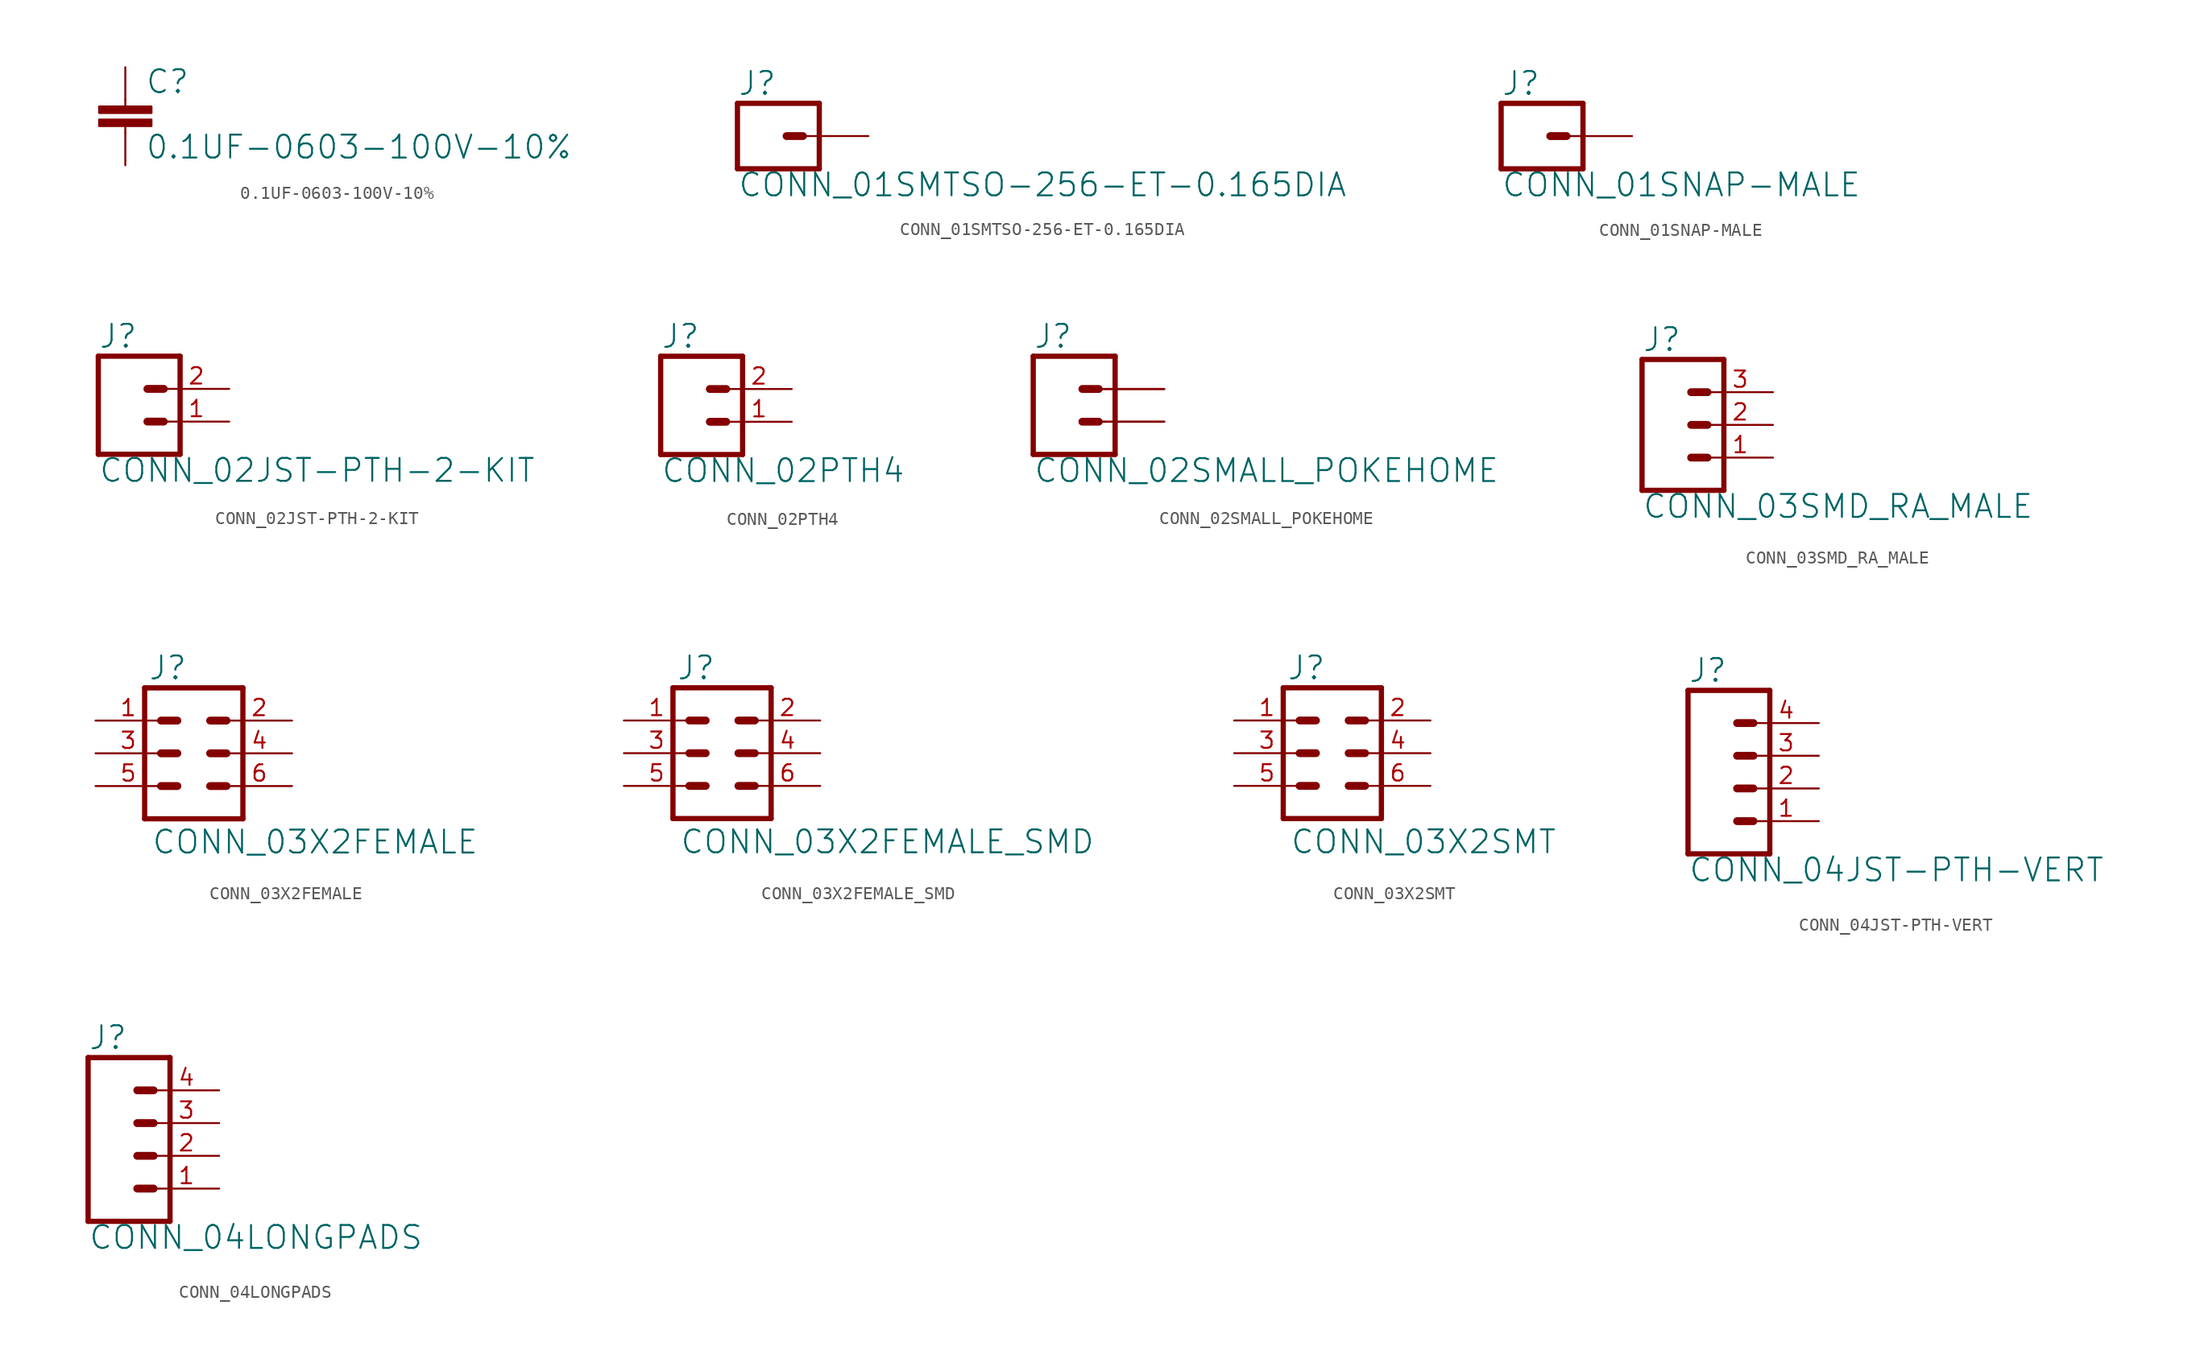
<source format=kicad_sym>
(kicad_symbol_lib
  (version 20220331)
  (generator kicad_symbol_editor)
  (symbol "0.1UF-0603-100V-10%"
    (property "Reference" "C"
      (at 1.524 2.921 0)
      (effects (font (size 1.778 1.778)) (justify left bottom)))
    (property "Value" "0.1UF-0603-100V-10%"
      (at 1.524 -2.159 0)
      (effects (font (size 1.778 1.778)) (justify left bottom)))
    (property "ki_locked" ""
      (at 0 0 0)
      (effects (font (size 1.27 1.27))))
    (symbol "0.1UF-0603-100V-10%_1_0"
      (rectangle (start -2.032 0.508) (end 2.032 1.016) (stroke (width 0) (type default)) (fill (type outline)))
      (rectangle (start -2.032 1.524) (end 2.032 2.032) (stroke (width 0) (type default)) (fill (type outline)))
      (polyline (pts (xy 0 0) (xy 0 0.508)) (stroke (width 0.152) (type solid)) (fill (type none)))
      (polyline (pts (xy 0 2.54) (xy 0 2.032)) (stroke (width 0.152) (type solid)) (fill (type none)))
      (pin passive line (at 0 5.08 270) (length 2.54) (name "1" (effects (font (size 0 0)))) (number "1" (effects (font (size 0 0)))))
      (pin passive line (at 0 -2.54 90) (length 2.54) (name "2" (effects (font (size 0 0)))) (number "2" (effects (font (size 0 0)))))))
  (symbol "CONN_01SMTSO-256-ET-0.165DIA"
    (property "Reference" "J"
      (at -2.54 3.048 0)
      (effects (font (size 1.778 1.778)) (justify left bottom)))
    (property "Value" "CONN_01SMTSO-256-ET-0.165DIA"
      (at -2.54 -4.826 0)
      (effects (font (size 1.778 1.778)) (justify left bottom)))
    (property "ki_locked" ""
      (at 0 0 0)
      (effects (font (size 1.27 1.27))))
    (symbol "CONN_01SMTSO-256-ET-0.165DIA_1_0"
      (polyline (pts (xy -2.54 2.54) (xy -2.54 -2.54)) (stroke (width 0.406) (type solid)) (fill (type none)))
      (polyline (pts (xy -2.54 2.54) (xy 3.81 2.54)) (stroke (width 0.406) (type solid)) (fill (type none)))
      (polyline (pts (xy 1.27 0) (xy 2.54 0)) (stroke (width 0.61) (type solid)) (fill (type none)))
      (polyline (pts (xy 3.81 -2.54) (xy -2.54 -2.54)) (stroke (width 0.406) (type solid)) (fill (type none)))
      (polyline (pts (xy 3.81 -2.54) (xy 3.81 2.54)) (stroke (width 0.406) (type solid)) (fill (type none)))
      (pin passive line (at 7.62 0 180) (length 5.08) (name "1" (effects (font (size 0 0)))) (number "P$1" (effects (font (size 0 0)))))))
  (symbol "CONN_01SNAP-MALE"
    (property "Reference" "J"
      (at -2.54 3.048 0)
      (effects (font (size 1.778 1.778)) (justify left bottom)))
    (property "Value" "CONN_01SNAP-MALE"
      (at -2.54 -4.826 0)
      (effects (font (size 1.778 1.778)) (justify left bottom)))
    (property "ki_locked" ""
      (at 0 0 0)
      (effects (font (size 1.27 1.27))))
    (symbol "CONN_01SNAP-MALE_1_0"
      (polyline (pts (xy -2.54 2.54) (xy -2.54 -2.54)) (stroke (width 0.406) (type solid)) (fill (type none)))
      (polyline (pts (xy -2.54 2.54) (xy 3.81 2.54)) (stroke (width 0.406) (type solid)) (fill (type none)))
      (polyline (pts (xy 1.27 0) (xy 2.54 0)) (stroke (width 0.61) (type solid)) (fill (type none)))
      (polyline (pts (xy 3.81 -2.54) (xy -2.54 -2.54)) (stroke (width 0.406) (type solid)) (fill (type none)))
      (polyline (pts (xy 3.81 -2.54) (xy 3.81 2.54)) (stroke (width 0.406) (type solid)) (fill (type none)))
      (pin passive line (at 7.62 0 180) (length 5.08) (name "1" (effects (font (size 0 0)))) (number "2" (effects (font (size 0 0)))))))
  (symbol "CONN_02JST-PTH-2-KIT"
    (property "Reference" "J"
      (at -2.54 5.588 0)
      (effects (font (size 1.778 1.778)) (justify left bottom)))
    (property "Value" "CONN_02JST-PTH-2-KIT"
      (at -2.54 -4.826 0)
      (effects (font (size 1.778 1.778)) (justify left bottom)))
    (property "ki_locked" ""
      (at 0 0 0)
      (effects (font (size 1.27 1.27))))
    (symbol "CONN_02JST-PTH-2-KIT_1_0"
      (polyline (pts (xy -2.54 5.08) (xy -2.54 -2.54)) (stroke (width 0.406) (type solid)) (fill (type none)))
      (polyline (pts (xy -2.54 5.08) (xy 3.81 5.08)) (stroke (width 0.406) (type solid)) (fill (type none)))
      (polyline (pts (xy 1.27 0) (xy 2.54 0)) (stroke (width 0.61) (type solid)) (fill (type none)))
      (polyline (pts (xy 1.27 2.54) (xy 2.54 2.54)) (stroke (width 0.61) (type solid)) (fill (type none)))
      (polyline (pts (xy 3.81 -2.54) (xy -2.54 -2.54)) (stroke (width 0.406) (type solid)) (fill (type none)))
      (polyline (pts (xy 3.81 -2.54) (xy 3.81 5.08)) (stroke (width 0.406) (type solid)) (fill (type none)))
      (pin passive line (at 7.62 0 180) (length 5.08) (name "1" (effects (font (size 0 0)))) (number "1" (effects (font (size 1.27 1.27)))))
      (pin passive line (at 7.62 2.54 180) (length 5.08) (name "2" (effects (font (size 0 0)))) (number "2" (effects (font (size 1.27 1.27)))))))
  (symbol "CONN_02PTH4"
    (property "Reference" "J"
      (at -2.54 5.588 0)
      (effects (font (size 1.778 1.778)) (justify left bottom)))
    (property "Value" "CONN_02PTH4"
      (at -2.54 -4.826 0)
      (effects (font (size 1.778 1.778)) (justify left bottom)))
    (property "ki_locked" ""
      (at 0 0 0)
      (effects (font (size 1.27 1.27))))
    (symbol "CONN_02PTH4_1_0"
      (polyline (pts (xy -2.54 5.08) (xy -2.54 -2.54)) (stroke (width 0.406) (type solid)) (fill (type none)))
      (polyline (pts (xy -2.54 5.08) (xy 3.81 5.08)) (stroke (width 0.406) (type solid)) (fill (type none)))
      (polyline (pts (xy 1.27 0) (xy 2.54 0)) (stroke (width 0.61) (type solid)) (fill (type none)))
      (polyline (pts (xy 1.27 2.54) (xy 2.54 2.54)) (stroke (width 0.61) (type solid)) (fill (type none)))
      (polyline (pts (xy 3.81 -2.54) (xy -2.54 -2.54)) (stroke (width 0.406) (type solid)) (fill (type none)))
      (polyline (pts (xy 3.81 -2.54) (xy 3.81 5.08)) (stroke (width 0.406) (type solid)) (fill (type none)))
      (pin passive line (at 7.62 0 180) (length 5.08) (name "1" (effects (font (size 0 0)))) (number "1" (effects (font (size 1.27 1.27)))))
      (pin passive line (at 7.62 2.54 180) (length 5.08) (name "2" (effects (font (size 0 0)))) (number "2" (effects (font (size 1.27 1.27)))))))
  (symbol "CONN_02SMALL_POKEHOME"
    (property "Reference" "J"
      (at -2.54 5.588 0)
      (effects (font (size 1.778 1.778)) (justify left bottom)))
    (property "Value" "CONN_02SMALL_POKEHOME"
      (at -2.54 -4.826 0)
      (effects (font (size 1.778 1.778)) (justify left bottom)))
    (property "ki_locked" ""
      (at 0 0 0)
      (effects (font (size 1.27 1.27))))
    (symbol "CONN_02SMALL_POKEHOME_1_0"
      (polyline (pts (xy -2.54 5.08) (xy -2.54 -2.54)) (stroke (width 0.406) (type solid)) (fill (type none)))
      (polyline (pts (xy -2.54 5.08) (xy 3.81 5.08)) (stroke (width 0.406) (type solid)) (fill (type none)))
      (polyline (pts (xy 1.27 0) (xy 2.54 0)) (stroke (width 0.61) (type solid)) (fill (type none)))
      (polyline (pts (xy 1.27 2.54) (xy 2.54 2.54)) (stroke (width 0.61) (type solid)) (fill (type none)))
      (polyline (pts (xy 3.81 -2.54) (xy -2.54 -2.54)) (stroke (width 0.406) (type solid)) (fill (type none)))
      (polyline (pts (xy 3.81 -2.54) (xy 3.81 5.08)) (stroke (width 0.406) (type solid)) (fill (type none)))
      (pin passive line (at 7.62 0 180) (length 5.08) (name "1" (effects (font (size 0 0)))) (number "P1" (effects (font (size 0 0)))))
      (pin passive line (at 7.62 2.54 180) (length 5.08) (name "2" (effects (font (size 0 0)))) (number "P2" (effects (font (size 0 0)))))
      (pin passive line (at 7.62 0 180) (length 5.08) (name "1" (effects (font (size 0 0)))) (number "P3" (effects (font (size 0 0)))))
      (pin passive line (at 7.62 2.54 180) (length 5.08) (name "2" (effects (font (size 0 0)))) (number "P4" (effects (font (size 0 0)))))))
  (symbol "CONN_03SMD_RA_MALE"
    (property "Reference" "J"
      (at -2.54 5.588 0)
      (effects (font (size 1.778 1.778)) (justify left bottom)))
    (property "Value" "CONN_03SMD_RA_MALE"
      (at -2.54 -7.366 0)
      (effects (font (size 1.778 1.778)) (justify left bottom)))
    (property "ki_locked" ""
      (at 0 0 0)
      (effects (font (size 1.27 1.27))))
    (symbol "CONN_03SMD_RA_MALE_1_0"
      (polyline (pts (xy -2.54 5.08) (xy -2.54 -5.08)) (stroke (width 0.406) (type solid)) (fill (type none)))
      (polyline (pts (xy -2.54 5.08) (xy 3.81 5.08)) (stroke (width 0.406) (type solid)) (fill (type none)))
      (polyline (pts (xy 1.27 -2.54) (xy 2.54 -2.54)) (stroke (width 0.61) (type solid)) (fill (type none)))
      (polyline (pts (xy 1.27 0) (xy 2.54 0)) (stroke (width 0.61) (type solid)) (fill (type none)))
      (polyline (pts (xy 1.27 2.54) (xy 2.54 2.54)) (stroke (width 0.61) (type solid)) (fill (type none)))
      (polyline (pts (xy 3.81 -5.08) (xy -2.54 -5.08)) (stroke (width 0.406) (type solid)) (fill (type none)))
      (polyline (pts (xy 3.81 -5.08) (xy 3.81 5.08)) (stroke (width 0.406) (type solid)) (fill (type none)))
      (pin passive line (at 7.62 -2.54 180) (length 5.08) (name "1" (effects (font (size 0 0)))) (number "1" (effects (font (size 1.27 1.27)))))
      (pin passive line (at 7.62 0 180) (length 5.08) (name "2" (effects (font (size 0 0)))) (number "2" (effects (font (size 1.27 1.27)))))
      (pin passive line (at 7.62 2.54 180) (length 5.08) (name "3" (effects (font (size 0 0)))) (number "3" (effects (font (size 1.27 1.27)))))))
  (symbol "CONN_03X2FEMALE"
    (property "Reference" "J"
      (at -3.556 5.588 0)
      (effects (font (size 1.778 1.778)) (justify left bottom)))
    (property "Value" "CONN_03X2FEMALE"
      (at -3.302 -5.842 0)
      (effects (font (size 1.778 1.778)) (justify left top)))
    (property "ki_locked" ""
      (at 0 0 0)
      (effects (font (size 1.27 1.27))))
    (symbol "CONN_03X2FEMALE_1_0"
      (polyline (pts (xy -3.81 5.08) (xy -3.81 -5.08)) (stroke (width 0.406) (type solid)) (fill (type none)))
      (polyline (pts (xy -3.81 5.08) (xy 3.81 5.08)) (stroke (width 0.406) (type solid)) (fill (type none)))
      (polyline (pts (xy -1.27 -2.54) (xy -2.54 -2.54)) (stroke (width 0.61) (type solid)) (fill (type none)))
      (polyline (pts (xy -1.27 0) (xy -2.54 0)) (stroke (width 0.61) (type solid)) (fill (type none)))
      (polyline (pts (xy -1.27 2.54) (xy -2.54 2.54)) (stroke (width 0.61) (type solid)) (fill (type none)))
      (polyline (pts (xy 1.27 -2.54) (xy 2.54 -2.54)) (stroke (width 0.61) (type solid)) (fill (type none)))
      (polyline (pts (xy 1.27 0) (xy 2.54 0)) (stroke (width 0.61) (type solid)) (fill (type none)))
      (polyline (pts (xy 1.27 2.54) (xy 2.54 2.54)) (stroke (width 0.61) (type solid)) (fill (type none)))
      (polyline (pts (xy 3.81 -5.08) (xy -3.81 -5.08)) (stroke (width 0.406) (type solid)) (fill (type none)))
      (polyline (pts (xy 3.81 -5.08) (xy 3.81 5.08)) (stroke (width 0.406) (type solid)) (fill (type none)))
      (pin bidirectional line (at -7.62 2.54 0) (length 5.08) (name "1" (effects (font (size 0 0)))) (number "1" (effects (font (size 1.27 1.27)))))
      (pin bidirectional line (at 7.62 2.54 180) (length 5.08) (name "2" (effects (font (size 0 0)))) (number "2" (effects (font (size 1.27 1.27)))))
      (pin bidirectional line (at -7.62 0 0) (length 5.08) (name "3" (effects (font (size 0 0)))) (number "3" (effects (font (size 1.27 1.27)))))
      (pin bidirectional line (at 7.62 0 180) (length 5.08) (name "4" (effects (font (size 0 0)))) (number "4" (effects (font (size 1.27 1.27)))))
      (pin bidirectional line (at -7.62 -2.54 0) (length 5.08) (name "5" (effects (font (size 0 0)))) (number "5" (effects (font (size 1.27 1.27)))))
      (pin bidirectional line (at 7.62 -2.54 180) (length 5.08) (name "6" (effects (font (size 0 0)))) (number "6" (effects (font (size 1.27 1.27)))))))
  (symbol "CONN_03X2FEMALE_SMD"
    (property "Reference" "J"
      (at -3.556 5.588 0)
      (effects (font (size 1.778 1.778)) (justify left bottom)))
    (property "Value" "CONN_03X2FEMALE_SMD"
      (at -3.302 -5.842 0)
      (effects (font (size 1.778 1.778)) (justify left top)))
    (property "ki_locked" ""
      (at 0 0 0)
      (effects (font (size 1.27 1.27))))
    (symbol "CONN_03X2FEMALE_SMD_1_0"
      (polyline (pts (xy -3.81 5.08) (xy -3.81 -5.08)) (stroke (width 0.406) (type solid)) (fill (type none)))
      (polyline (pts (xy -3.81 5.08) (xy 3.81 5.08)) (stroke (width 0.406) (type solid)) (fill (type none)))
      (polyline (pts (xy -1.27 -2.54) (xy -2.54 -2.54)) (stroke (width 0.61) (type solid)) (fill (type none)))
      (polyline (pts (xy -1.27 0) (xy -2.54 0)) (stroke (width 0.61) (type solid)) (fill (type none)))
      (polyline (pts (xy -1.27 2.54) (xy -2.54 2.54)) (stroke (width 0.61) (type solid)) (fill (type none)))
      (polyline (pts (xy 1.27 -2.54) (xy 2.54 -2.54)) (stroke (width 0.61) (type solid)) (fill (type none)))
      (polyline (pts (xy 1.27 0) (xy 2.54 0)) (stroke (width 0.61) (type solid)) (fill (type none)))
      (polyline (pts (xy 1.27 2.54) (xy 2.54 2.54)) (stroke (width 0.61) (type solid)) (fill (type none)))
      (polyline (pts (xy 3.81 -5.08) (xy -3.81 -5.08)) (stroke (width 0.406) (type solid)) (fill (type none)))
      (polyline (pts (xy 3.81 -5.08) (xy 3.81 5.08)) (stroke (width 0.406) (type solid)) (fill (type none)))
      (pin bidirectional line (at -7.62 2.54 0) (length 5.08) (name "1" (effects (font (size 0 0)))) (number "1" (effects (font (size 1.27 1.27)))))
      (pin bidirectional line (at 7.62 2.54 180) (length 5.08) (name "2" (effects (font (size 0 0)))) (number "2" (effects (font (size 1.27 1.27)))))
      (pin bidirectional line (at -7.62 0 0) (length 5.08) (name "3" (effects (font (size 0 0)))) (number "3" (effects (font (size 1.27 1.27)))))
      (pin bidirectional line (at 7.62 0 180) (length 5.08) (name "4" (effects (font (size 0 0)))) (number "4" (effects (font (size 1.27 1.27)))))
      (pin bidirectional line (at -7.62 -2.54 0) (length 5.08) (name "5" (effects (font (size 0 0)))) (number "5" (effects (font (size 1.27 1.27)))))
      (pin bidirectional line (at 7.62 -2.54 180) (length 5.08) (name "6" (effects (font (size 0 0)))) (number "6" (effects (font (size 1.27 1.27)))))))
  (symbol "CONN_03X2SMT"
    (property "Reference" "J"
      (at -3.556 5.588 0)
      (effects (font (size 1.778 1.778)) (justify left bottom)))
    (property "Value" "CONN_03X2SMT"
      (at -3.302 -5.842 0)
      (effects (font (size 1.778 1.778)) (justify left top)))
    (property "ki_locked" ""
      (at 0 0 0)
      (effects (font (size 1.27 1.27))))
    (symbol "CONN_03X2SMT_1_0"
      (polyline (pts (xy -3.81 5.08) (xy -3.81 -5.08)) (stroke (width 0.406) (type solid)) (fill (type none)))
      (polyline (pts (xy -3.81 5.08) (xy 3.81 5.08)) (stroke (width 0.406) (type solid)) (fill (type none)))
      (polyline (pts (xy -1.27 -2.54) (xy -2.54 -2.54)) (stroke (width 0.61) (type solid)) (fill (type none)))
      (polyline (pts (xy -1.27 0) (xy -2.54 0)) (stroke (width 0.61) (type solid)) (fill (type none)))
      (polyline (pts (xy -1.27 2.54) (xy -2.54 2.54)) (stroke (width 0.61) (type solid)) (fill (type none)))
      (polyline (pts (xy 1.27 -2.54) (xy 2.54 -2.54)) (stroke (width 0.61) (type solid)) (fill (type none)))
      (polyline (pts (xy 1.27 0) (xy 2.54 0)) (stroke (width 0.61) (type solid)) (fill (type none)))
      (polyline (pts (xy 1.27 2.54) (xy 2.54 2.54)) (stroke (width 0.61) (type solid)) (fill (type none)))
      (polyline (pts (xy 3.81 -5.08) (xy -3.81 -5.08)) (stroke (width 0.406) (type solid)) (fill (type none)))
      (polyline (pts (xy 3.81 -5.08) (xy 3.81 5.08)) (stroke (width 0.406) (type solid)) (fill (type none)))
      (pin bidirectional line (at -7.62 2.54 0) (length 5.08) (name "1" (effects (font (size 0 0)))) (number "1" (effects (font (size 1.27 1.27)))))
      (pin bidirectional line (at 7.62 2.54 180) (length 5.08) (name "2" (effects (font (size 0 0)))) (number "2" (effects (font (size 1.27 1.27)))))
      (pin bidirectional line (at -7.62 0 0) (length 5.08) (name "3" (effects (font (size 0 0)))) (number "3" (effects (font (size 1.27 1.27)))))
      (pin bidirectional line (at 7.62 0 180) (length 5.08) (name "4" (effects (font (size 0 0)))) (number "4" (effects (font (size 1.27 1.27)))))
      (pin bidirectional line (at -7.62 -2.54 0) (length 5.08) (name "5" (effects (font (size 0 0)))) (number "5" (effects (font (size 1.27 1.27)))))
      (pin bidirectional line (at 7.62 -2.54 180) (length 5.08) (name "6" (effects (font (size 0 0)))) (number "6" (effects (font (size 1.27 1.27)))))))
  (symbol "CONN_04JST-PTH-VERT"
    (property "Reference" "J"
      (at -5.08 8.128 0)
      (effects (font (size 1.778 1.778)) (justify left bottom)))
    (property "Value" "CONN_04JST-PTH-VERT"
      (at -5.08 -7.366 0)
      (effects (font (size 1.778 1.778)) (justify left bottom)))
    (property "ki_locked" ""
      (at 0 0 0)
      (effects (font (size 1.27 1.27))))
    (symbol "CONN_04JST-PTH-VERT_1_0"
      (polyline (pts (xy -5.08 7.62) (xy -5.08 -5.08)) (stroke (width 0.406) (type solid)) (fill (type none)))
      (polyline (pts (xy -5.08 7.62) (xy 1.27 7.62)) (stroke (width 0.406) (type solid)) (fill (type none)))
      (polyline (pts (xy -1.27 -2.54) (xy 0 -2.54)) (stroke (width 0.61) (type solid)) (fill (type none)))
      (polyline (pts (xy -1.27 0) (xy 0 0)) (stroke (width 0.61) (type solid)) (fill (type none)))
      (polyline (pts (xy -1.27 2.54) (xy 0 2.54)) (stroke (width 0.61) (type solid)) (fill (type none)))
      (polyline (pts (xy -1.27 5.08) (xy 0 5.08)) (stroke (width 0.61) (type solid)) (fill (type none)))
      (polyline (pts (xy 1.27 -5.08) (xy -5.08 -5.08)) (stroke (width 0.406) (type solid)) (fill (type none)))
      (polyline (pts (xy 1.27 -5.08) (xy 1.27 7.62)) (stroke (width 0.406) (type solid)) (fill (type none)))
      (pin passive line (at 5.08 -2.54 180) (length 5.08) (name "1" (effects (font (size 0 0)))) (number "1" (effects (font (size 1.27 1.27)))))
      (pin passive line (at 5.08 0 180) (length 5.08) (name "2" (effects (font (size 0 0)))) (number "2" (effects (font (size 1.27 1.27)))))
      (pin passive line (at 5.08 2.54 180) (length 5.08) (name "3" (effects (font (size 0 0)))) (number "3" (effects (font (size 1.27 1.27)))))
      (pin passive line (at 5.08 5.08 180) (length 5.08) (name "4" (effects (font (size 0 0)))) (number "4" (effects (font (size 1.27 1.27)))))))
  (symbol "CONN_04LONGPADS"
    (property "Reference" "J"
      (at -5.08 8.128 0)
      (effects (font (size 1.778 1.778)) (justify left bottom)))
    (property "Value" "CONN_04LONGPADS"
      (at -5.08 -7.366 0)
      (effects (font (size 1.778 1.778)) (justify left bottom)))
    (property "ki_locked" ""
      (at 0 0 0)
      (effects (font (size 1.27 1.27))))
    (symbol "CONN_04LONGPADS_1_0"
      (polyline (pts (xy -5.08 7.62) (xy -5.08 -5.08)) (stroke (width 0.406) (type solid)) (fill (type none)))
      (polyline (pts (xy -5.08 7.62) (xy 1.27 7.62)) (stroke (width 0.406) (type solid)) (fill (type none)))
      (polyline (pts (xy -1.27 -2.54) (xy 0 -2.54)) (stroke (width 0.61) (type solid)) (fill (type none)))
      (polyline (pts (xy -1.27 0) (xy 0 0)) (stroke (width 0.61) (type solid)) (fill (type none)))
      (polyline (pts (xy -1.27 2.54) (xy 0 2.54)) (stroke (width 0.61) (type solid)) (fill (type none)))
      (polyline (pts (xy -1.27 5.08) (xy 0 5.08)) (stroke (width 0.61) (type solid)) (fill (type none)))
      (polyline (pts (xy 1.27 -5.08) (xy -5.08 -5.08)) (stroke (width 0.406) (type solid)) (fill (type none)))
      (polyline (pts (xy 1.27 -5.08) (xy 1.27 7.62)) (stroke (width 0.406) (type solid)) (fill (type none)))
      (pin passive line (at 5.08 -2.54 180) (length 5.08) (name "1" (effects (font (size 0 0)))) (number "1" (effects (font (size 1.27 1.27)))))
      (pin passive line (at 5.08 0 180) (length 5.08) (name "2" (effects (font (size 0 0)))) (number "2" (effects (font (size 1.27 1.27)))))
      (pin passive line (at 5.08 2.54 180) (length 5.08) (name "3" (effects (font (size 0 0)))) (number "3" (effects (font (size 1.27 1.27)))))
      (pin passive line (at 5.08 5.08 180) (length 5.08) (name "4" (effects (font (size 0 0)))) (number "4" (effects (font (size 1.27 1.27))))))))
</source>
